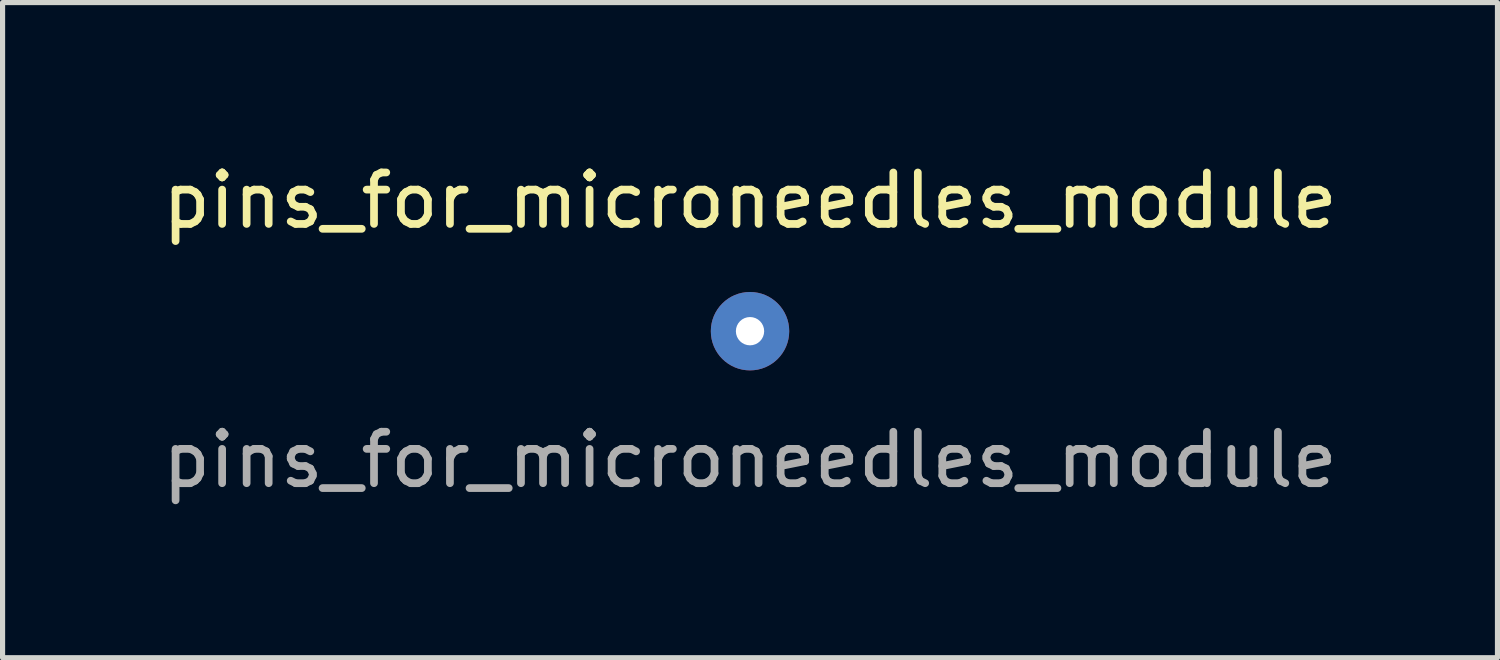
<source format=kicad_pcb>
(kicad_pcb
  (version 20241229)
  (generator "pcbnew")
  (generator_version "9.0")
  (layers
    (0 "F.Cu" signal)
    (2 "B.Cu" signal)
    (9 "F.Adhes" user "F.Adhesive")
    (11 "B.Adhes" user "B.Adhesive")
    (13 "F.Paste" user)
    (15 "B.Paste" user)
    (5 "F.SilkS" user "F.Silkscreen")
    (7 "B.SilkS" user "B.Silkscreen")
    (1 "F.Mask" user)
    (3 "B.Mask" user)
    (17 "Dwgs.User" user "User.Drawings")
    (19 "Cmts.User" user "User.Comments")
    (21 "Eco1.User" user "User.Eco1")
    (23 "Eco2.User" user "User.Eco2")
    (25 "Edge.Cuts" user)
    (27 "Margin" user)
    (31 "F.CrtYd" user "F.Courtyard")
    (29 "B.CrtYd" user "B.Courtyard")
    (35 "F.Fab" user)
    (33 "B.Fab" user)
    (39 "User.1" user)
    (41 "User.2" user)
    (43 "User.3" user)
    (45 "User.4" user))
  (footprint "pins_for_microneedles_module"
    (layer "F.Cu")
    (at 11.53 3.388)
    (property "Reference" "pins_for_microneedles_module" (at 0 -2.54 0) (unlocked yes) (layer "F.SilkS") (effects (font (size 1 1) (thickness 0.15))))
    (attr through_hole)
    (fp_text user "${REFERENCE}" (at 0 2.5 0) (unlocked yes) (layer "F.Fab") (effects (font (size 1 1) (thickness 0.15))))
    (pad "1" thru_hole circle (at 0 0) (size 1.524 1.524) (drill 0.55) (layers "*.Cu" "*.Mask")))
  (gr_rect
    (start -3 -3)
    (end 26.06 9.736)
    (stroke (width 0.1) (type default))
    (fill no)
    (layer "Edge.Cuts")))
</source>
